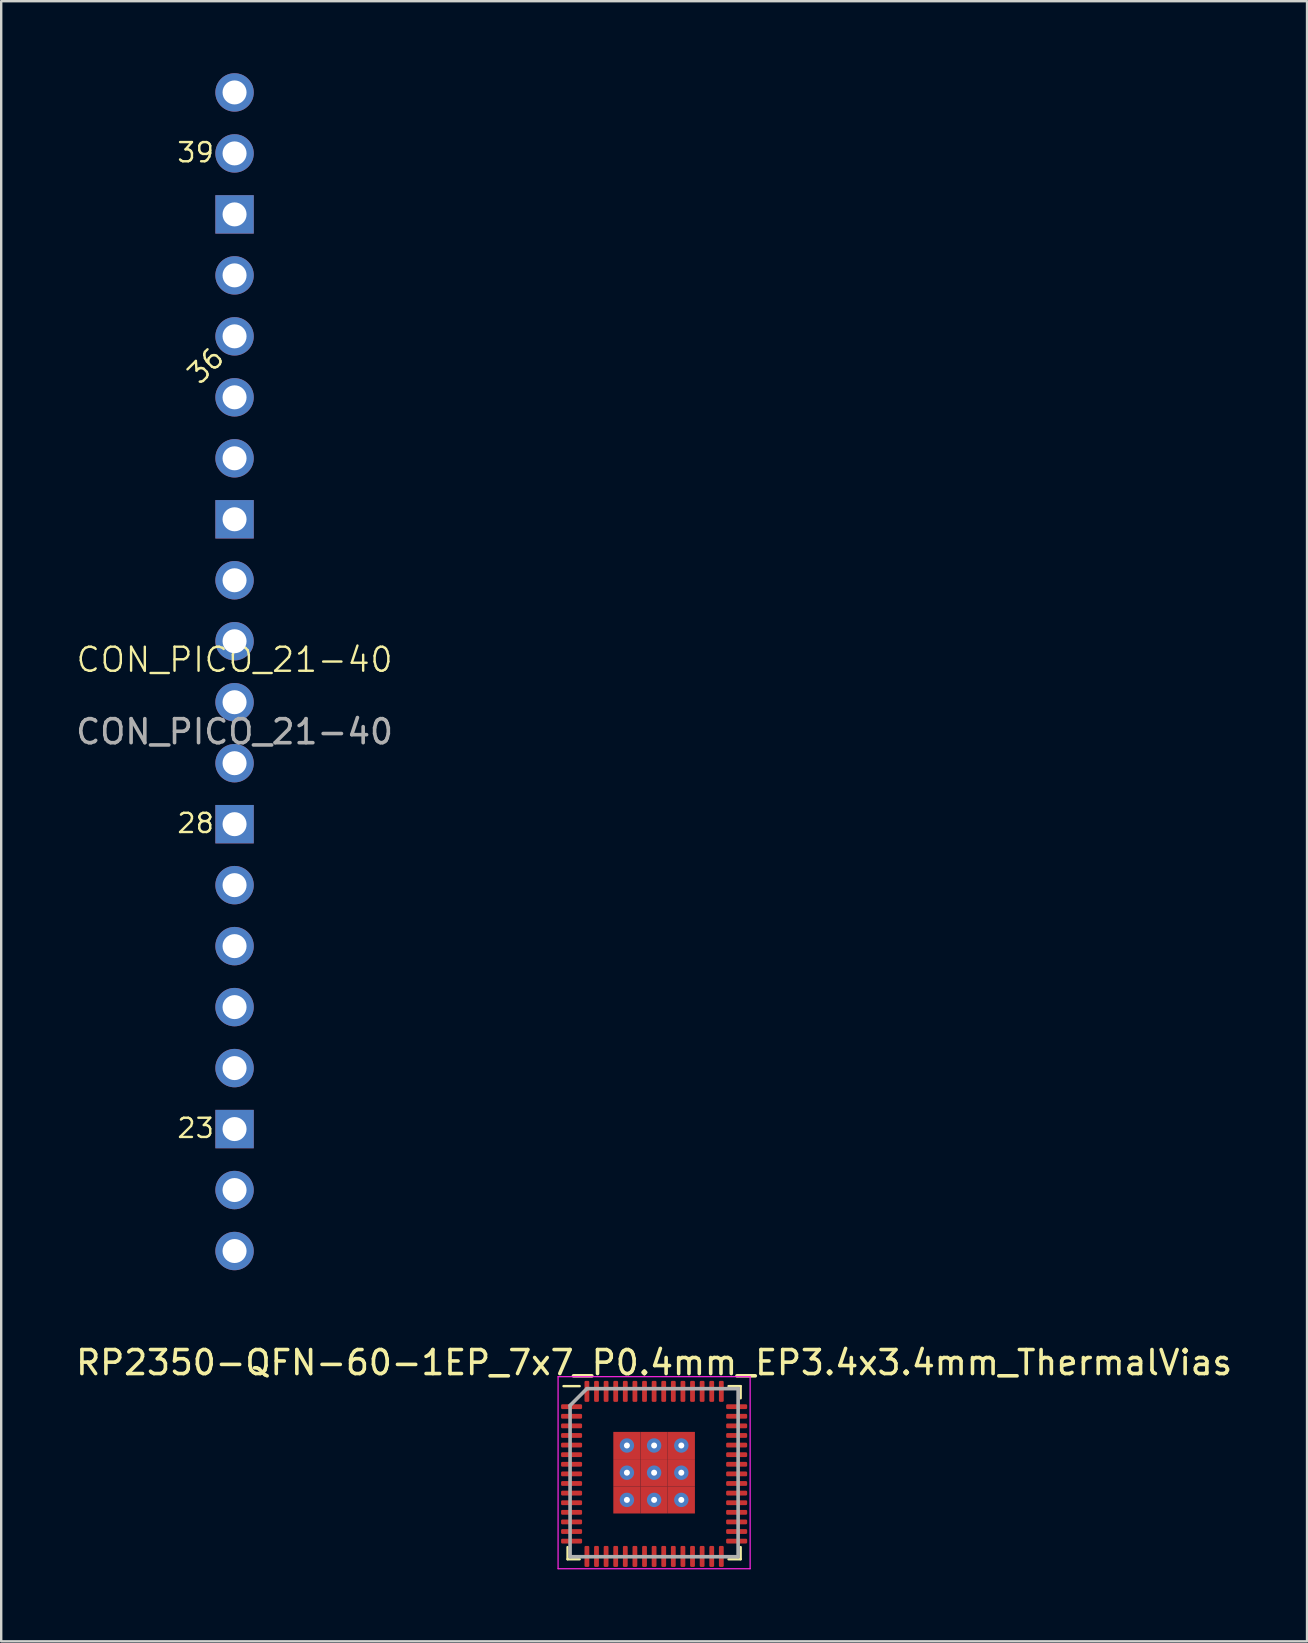
<source format=kicad_pcb>
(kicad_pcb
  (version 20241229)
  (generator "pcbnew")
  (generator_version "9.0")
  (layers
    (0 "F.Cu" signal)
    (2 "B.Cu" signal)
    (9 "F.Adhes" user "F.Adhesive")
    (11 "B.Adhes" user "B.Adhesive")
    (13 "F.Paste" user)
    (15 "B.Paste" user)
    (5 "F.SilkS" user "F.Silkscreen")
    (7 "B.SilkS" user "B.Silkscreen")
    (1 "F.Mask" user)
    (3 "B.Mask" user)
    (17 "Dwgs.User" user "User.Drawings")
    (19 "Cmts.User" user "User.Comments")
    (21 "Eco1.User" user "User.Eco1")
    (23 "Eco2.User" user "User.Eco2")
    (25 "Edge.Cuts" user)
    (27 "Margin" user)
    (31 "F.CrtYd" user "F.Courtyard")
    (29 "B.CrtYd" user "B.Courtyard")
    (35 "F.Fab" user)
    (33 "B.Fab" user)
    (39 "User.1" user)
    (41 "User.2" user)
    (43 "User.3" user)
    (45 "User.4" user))
  (footprint "RP2350-QFN-60-1EP_7x7_P0.4mm_EP3.4x3.4mm_ThermalVias"
    (layer "F.Cu")
    (at 24.196 58.293)
    (property "Reference" "RP2350-QFN-60-1EP_7x7_P0.4mm_EP3.4x3.4mm_ThermalVias" (at 0 -4.585 0) (layer "F.SilkS") (effects (font (size 1 1) (thickness 0.15))))
    (attr smd)
    (fp_line (start -3.605 3.605) (end -3.605 3.1) (stroke (width 0.1) (type default)) (layer "F.SilkS"))
    (fp_line (start -3.1 -3.605) (end -3.773 -3.605) (stroke (width 0.1) (type default)) (layer "F.SilkS"))
    (fp_line (start -3.1 3.605) (end -3.605 3.605) (stroke (width 0.1) (type default)) (layer "F.SilkS"))
    (fp_line (start 3.1 -3.605) (end 3.605 -3.605) (stroke (width 0.1) (type default)) (layer "F.SilkS"))
    (fp_line (start 3.1 3.605) (end 3.605 3.605) (stroke (width 0.1) (type default)) (layer "F.SilkS"))
    (fp_line (start 3.605 -3.605) (end 3.605 -3.1) (stroke (width 0.1) (type default)) (layer "F.SilkS"))
    (fp_line (start 3.605 3.605) (end 3.605 3.1) (stroke (width 0.1) (type default)) (layer "F.SilkS"))
    (fp_line (start -4 -4) (end 4 -4) (stroke (width 0.05) (type default)) (layer "F.CrtYd"))
    (fp_line (start -4 4) (end -4 -4) (stroke (width 0.05) (type default)) (layer "F.CrtYd"))
    (fp_line (start 4 4) (end -4 4) (stroke (width 0.05) (type default)) (layer "F.CrtYd"))
    (fp_line (start 4 4) (end 4 -4) (stroke (width 0.05) (type default)) (layer "F.CrtYd"))
    (fp_line (start -3.5 -2.8) (end -3.5 3.5) (stroke (width 0.15) (type default)) (layer "F.Fab"))
    (fp_line (start -3.5 3.5) (end 3.5 3.5) (stroke (width 0.15) (type default)) (layer "F.Fab"))
    (fp_line (start -2.8 -3.5) (end -3.5 -2.8) (stroke (width 0.15) (type default)) (layer "F.Fab"))
    (fp_line (start 3.5 -3.5) (end -2.8 -3.5) (stroke (width 0.15) (type default)) (layer "F.Fab"))
    (fp_line (start 3.5 3.5) (end 3.5 -3.5) (stroke (width 0.15) (type default)) (layer "F.Fab"))
    (pad "" smd roundrect (at -0.7 -0.7) (size 1.2 1.2) (layers "F.Paste") (roundrect_rratio 0.208))
    (pad "" smd roundrect (at -0.7 0.7) (size 1.2 1.2) (layers "F.Paste") (roundrect_rratio 0.208))
    (pad "" smd roundrect (at 0.7 -0.7) (size 1.2 1.2) (layers "F.Paste") (roundrect_rratio 0.208))
    (pad "" smd roundrect (at 0.7 0.7) (size 1.2 1.2) (layers "F.Paste") (roundrect_rratio 0.208))
    (pad "1" smd roundrect (at -3.438 -2.75 90) (size 0.2 0.875) (layers "F.Cu" "F.Mask" "F.Paste") (roundrect_rratio 0.25))
    (pad "2" smd roundrect (at -3.438 -2.35 270) (size 0.2 0.875) (layers "F.Cu" "F.Mask" "F.Paste") (roundrect_rratio 0.25))
    (pad "3" smd roundrect (at -3.438 -1.95 270) (size 0.2 0.875) (layers "F.Cu" "F.Mask" "F.Paste") (roundrect_rratio 0.25))
    (pad "4" smd roundrect (at -3.438 -1.55 270) (size 0.2 0.875) (layers "F.Cu" "F.Mask" "F.Paste") (roundrect_rratio 0.25))
    (pad "5" smd roundrect (at -3.438 -1.15 270) (size 0.2 0.875) (layers "F.Cu" "F.Mask" "F.Paste") (roundrect_rratio 0.25))
    (pad "6" smd roundrect (at -3.438 -0.75 270) (size 0.2 0.875) (layers "F.Cu" "F.Mask" "F.Paste") (roundrect_rratio 0.25))
    (pad "7" smd roundrect (at -3.438 -0.35 270) (size 0.2 0.875) (layers "F.Cu" "F.Mask" "F.Paste") (roundrect_rratio 0.25))
    (pad "8" smd roundrect (at -3.438 0.05 270) (size 0.2 0.875) (layers "F.Cu" "F.Mask" "F.Paste") (roundrect_rratio 0.25))
    (pad "9" smd roundrect (at -3.438 0.45 270) (size 0.2 0.875) (layers "F.Cu" "F.Mask" "F.Paste") (roundrect_rratio 0.25))
    (pad "10" smd roundrect (at -3.438 0.85 270) (size 0.2 0.875) (layers "F.Cu" "F.Mask" "F.Paste") (roundrect_rratio 0.25))
    (pad "11" smd roundrect (at -3.438 1.25 270) (size 0.2 0.875) (layers "F.Cu" "F.Mask" "F.Paste") (roundrect_rratio 0.25))
    (pad "12" smd roundrect (at -3.438 1.65 270) (size 0.2 0.875) (layers "F.Cu" "F.Mask" "F.Paste") (roundrect_rratio 0.25))
    (pad "13" smd roundrect (at -3.438 2.05 270) (size 0.2 0.875) (layers "F.Cu" "F.Mask" "F.Paste") (roundrect_rratio 0.25))
    (pad "14" smd roundrect (at -3.438 2.45 270) (size 0.2 0.875) (layers "F.Cu" "F.Mask" "F.Paste") (roundrect_rratio 0.25))
    (pad "15" smd roundrect (at -3.438 2.85 270) (size 0.2 0.875) (layers "F.Cu" "F.Mask" "F.Paste") (roundrect_rratio 0.25))
    (pad "16" smd roundrect (at -2.8 3.487) (size 0.2 0.875) (layers "F.Cu" "F.Mask" "F.Paste") (roundrect_rratio 0.25))
    (pad "17" smd roundrect (at -2.4 3.487) (size 0.2 0.875) (layers "F.Cu" "F.Mask" "F.Paste") (roundrect_rratio 0.25))
    (pad "18" smd roundrect (at -2 3.487) (size 0.2 0.875) (layers "F.Cu" "F.Mask" "F.Paste") (roundrect_rratio 0.25))
    (pad "19" smd roundrect (at -1.6 3.487) (size 0.2 0.875) (layers "F.Cu" "F.Mask" "F.Paste") (roundrect_rratio 0.25))
    (pad "20" smd roundrect (at -1.2 3.487) (size 0.2 0.875) (layers "F.Cu" "F.Mask" "F.Paste") (roundrect_rratio 0.25))
    (pad "21" smd roundrect (at -0.8 3.487) (size 0.2 0.875) (layers "F.Cu" "F.Mask" "F.Paste") (roundrect_rratio 0.25))
    (pad "22" smd roundrect (at -0.4 3.487) (size 0.2 0.875) (layers "F.Cu" "F.Mask" "F.Paste") (roundrect_rratio 0.25))
    (pad "23" smd roundrect (at 0 3.487) (size 0.2 0.875) (layers "F.Cu" "F.Mask" "F.Paste") (roundrect_rratio 0.25))
    (pad "24" smd roundrect (at 0.4 3.487) (size 0.2 0.875) (layers "F.Cu" "F.Mask" "F.Paste") (roundrect_rratio 0.25))
    (pad "25" smd roundrect (at 0.8 3.487) (size 0.2 0.875) (layers "F.Cu" "F.Mask" "F.Paste") (roundrect_rratio 0.25))
    (pad "26" smd roundrect (at 1.2 3.487) (size 0.2 0.875) (layers "F.Cu" "F.Mask" "F.Paste") (roundrect_rratio 0.25))
    (pad "27" smd roundrect (at 1.6 3.487) (size 0.2 0.875) (layers "F.Cu" "F.Mask" "F.Paste") (roundrect_rratio 0.25))
    (pad "28" smd roundrect (at 2 3.487) (size 0.2 0.875) (layers "F.Cu" "F.Mask" "F.Paste") (roundrect_rratio 0.25))
    (pad "29" smd roundrect (at 2.4 3.487) (size 0.2 0.875) (layers "F.Cu" "F.Mask" "F.Paste") (roundrect_rratio 0.25))
    (pad "30" smd roundrect (at 2.8 3.487) (size 0.2 0.875) (layers "F.Cu" "F.Mask" "F.Paste") (roundrect_rratio 0.25))
    (pad "31" smd roundrect (at 3.438 2.85 270) (size 0.2 0.875) (layers "F.Cu" "F.Mask" "F.Paste") (roundrect_rratio 0.25))
    (pad "32" smd roundrect (at 3.438 2.45 90) (size 0.2 0.875) (layers "F.Cu" "F.Mask" "F.Paste") (roundrect_rratio 0.25))
    (pad "33" smd roundrect (at 3.438 2.05 90) (size 0.2 0.875) (layers "F.Cu" "F.Mask" "F.Paste") (roundrect_rratio 0.25))
    (pad "34" smd roundrect (at 3.438 1.65 90) (size 0.2 0.875) (layers "F.Cu" "F.Mask" "F.Paste") (roundrect_rratio 0.25))
    (pad "35" smd roundrect (at 3.438 1.25 90) (size 0.2 0.875) (layers "F.Cu" "F.Mask" "F.Paste") (roundrect_rratio 0.25))
    (pad "36" smd roundrect (at 3.438 0.85 90) (size 0.2 0.875) (layers "F.Cu" "F.Mask" "F.Paste") (roundrect_rratio 0.25))
    (pad "37" smd roundrect (at 3.438 0.45 90) (size 0.2 0.875) (layers "F.Cu" "F.Mask" "F.Paste") (roundrect_rratio 0.25))
    (pad "38" smd roundrect (at 3.438 0.05 90) (size 0.2 0.875) (layers "F.Cu" "F.Mask" "F.Paste") (roundrect_rratio 0.25))
    (pad "39" smd roundrect (at 3.438 -0.35 90) (size 0.2 0.875) (layers "F.Cu" "F.Mask" "F.Paste") (roundrect_rratio 0.25))
    (pad "40" smd roundrect (at 3.438 -0.75 90) (size 0.2 0.875) (layers "F.Cu" "F.Mask" "F.Paste") (roundrect_rratio 0.25))
    (pad "41" smd roundrect (at 3.438 -1.15 90) (size 0.2 0.875) (layers "F.Cu" "F.Mask" "F.Paste") (roundrect_rratio 0.25))
    (pad "42" smd roundrect (at 3.438 -1.55 90) (size 0.2 0.875) (layers "F.Cu" "F.Mask" "F.Paste") (roundrect_rratio 0.25))
    (pad "43" smd roundrect (at 3.438 -1.95 90) (size 0.2 0.875) (layers "F.Cu" "F.Mask" "F.Paste") (roundrect_rratio 0.25))
    (pad "44" smd roundrect (at 3.438 -2.35 90) (size 0.2 0.875) (layers "F.Cu" "F.Mask" "F.Paste") (roundrect_rratio 0.25))
    (pad "45" smd roundrect (at 3.438 -2.75 90) (size 0.2 0.875) (layers "F.Cu" "F.Mask" "F.Paste") (roundrect_rratio 0.25))
    (pad "46" smd roundrect (at 2.8 -3.388 180) (size 0.2 0.875) (layers "F.Cu" "F.Mask" "F.Paste") (roundrect_rratio 0.25))
    (pad "47" smd roundrect (at 2.4 -3.388 180) (size 0.2 0.875) (layers "F.Cu" "F.Mask" "F.Paste") (roundrect_rratio 0.25))
    (pad "48" smd roundrect (at 2 -3.388 180) (size 0.2 0.875) (layers "F.Cu" "F.Mask" "F.Paste") (roundrect_rratio 0.25))
    (pad "49" smd roundrect (at 1.6 -3.388 180) (size 0.2 0.875) (layers "F.Cu" "F.Mask" "F.Paste") (roundrect_rratio 0.25))
    (pad "50" smd roundrect (at 1.2 -3.388 180) (size 0.2 0.875) (layers "F.Cu" "F.Mask" "F.Paste") (roundrect_rratio 0.25))
    (pad "51" smd roundrect (at 0.8 -3.388 180) (size 0.2 0.875) (layers "F.Cu" "F.Mask" "F.Paste") (roundrect_rratio 0.25))
    (pad "52" smd roundrect (at 0.4 -3.388 180) (size 0.2 0.875) (layers "F.Cu" "F.Mask" "F.Paste") (roundrect_rratio 0.25))
    (pad "53" smd roundrect (at 0 -3.388 180) (size 0.2 0.875) (layers "F.Cu" "F.Mask" "F.Paste") (roundrect_rratio 0.25))
    (pad "54" smd roundrect (at -0.4 -3.388 180) (size 0.2 0.875) (layers "F.Cu" "F.Mask" "F.Paste") (roundrect_rratio 0.25))
    (pad "55" smd roundrect (at -0.8 -3.388 180) (size 0.2 0.875) (layers "F.Cu" "F.Mask" "F.Paste") (roundrect_rratio 0.25))
    (pad "56" smd roundrect (at -1.2 -3.388 180) (size 0.2 0.875) (layers "F.Cu" "F.Mask" "F.Paste") (roundrect_rratio 0.25))
    (pad "57" smd roundrect (at -1.6 -3.388 180) (size 0.2 0.875) (layers "F.Cu" "F.Mask" "F.Paste") (roundrect_rratio 0.25))
    (pad "58" smd roundrect (at -2 -3.388 180) (size 0.2 0.875) (layers "F.Cu" "F.Mask" "F.Paste") (roundrect_rratio 0.25))
    (pad "59" smd roundrect (at -2.4 -3.388 180) (size 0.2 0.875) (layers "F.Cu" "F.Mask" "F.Paste") (roundrect_rratio 0.25))
    (pad "60" smd roundrect (at -2.8 -3.388) (size 0.2 0.875) (layers "F.Cu" "F.Mask" "F.Paste") (roundrect_rratio 0.25))
    (pad "61" thru_hole circle (at -1.133 -1.133) (size 0.6 0.6) (drill 0.25) (layers "*.Cu" "*.Mask"))
    (pad "61" smd rect (at -1.133 -1.133) (size 1.133 1.133) (layers "F.Cu" "F.Mask" "F.Paste"))
    (pad "61" thru_hole circle (at -1.133 0) (size 0.6 0.6) (drill 0.25) (layers "*.Cu" "*.Mask"))
    (pad "61" smd rect (at -1.133 0) (size 1.133 1.133) (layers "F.Cu" "F.Mask" "F.Paste"))
    (pad "61" thru_hole circle (at -1.133 1.133) (size 0.6 0.6) (drill 0.25) (layers "*.Cu" "*.Mask"))
    (pad "61" smd rect (at -1.133 1.133) (size 1.133 1.133) (layers "F.Cu" "F.Mask" "F.Paste"))
    (pad "61" thru_hole circle (at 0 -1.133) (size 0.6 0.6) (drill 0.25) (layers "*.Cu" "*.Mask"))
    (pad "61" smd rect (at 0 -1.133) (size 1.133 1.133) (layers "F.Cu" "F.Mask" "F.Paste"))
    (pad "61" thru_hole circle (at 0 0) (size 0.6 0.6) (drill 0.25) (layers "*.Cu" "*.Mask"))
    (pad "61" smd rect (at 0 0) (size 1.133 1.133) (layers "F.Cu" "F.Mask" "F.Paste"))
    (pad "61" thru_hole circle (at 0 1.133) (size 0.6 0.6) (drill 0.25) (layers "*.Cu" "*.Mask"))
    (pad "61" smd rect (at 0 1.133) (size 1.133 1.133) (layers "F.Cu" "F.Mask" "F.Paste"))
    (pad "61" thru_hole circle (at 1.133 -1.133) (size 0.6 0.6) (drill 0.25) (layers "*.Cu" "*.Mask"))
    (pad "61" smd rect (at 1.133 -1.133) (size 1.133 1.133) (layers "F.Cu" "F.Mask" "F.Paste"))
    (pad "61" thru_hole circle (at 1.133 0) (size 0.6 0.6) (drill 0.25) (layers "*.Cu" "*.Mask"))
    (pad "61" smd rect (at 1.133 0) (size 1.133 1.133) (layers "F.Cu" "F.Mask" "F.Paste"))
    (pad "61" thru_hole circle (at 1.133 1.133) (size 0.6 0.6) (drill 0.25) (layers "*.Cu" "*.Mask"))
    (pad "61" smd rect (at 1.133 1.133) (size 1.133 1.133) (layers "F.Cu" "F.Mask" "F.Paste")))
  (footprint "CON_PICO_21-40"
    (layer "F.Cu")
    (at 6.72 24.93)
    (property "Reference" "CON_PICO_21-40" (at 0 -0.5 0) (unlocked yes) (layer "F.SilkS") (effects (font (size 1 1) (thickness 0.1))))
    (attr through_hole)
    (fp_text user "39" (at -2.45 -21.16 0) (unlocked yes) (layer "F.SilkS") (effects (font (size 0.8 0.8) (thickness 0.1)) (justify left bottom)))
    (fp_text user "23" (at -2.45 19.48 0) (unlocked yes) (layer "F.SilkS") (effects (font (size 0.8 0.8) (thickness 0.1)) (justify left bottom)))
    (fp_text user "28" (at -2.45 6.78 0) (unlocked yes) (layer "F.SilkS") (effects (font (size 0.8 0.8) (thickness 0.1)) (justify left bottom)))
    (fp_text user "36" (at -1.45 -11.83 45) (unlocked yes) (layer "F.SilkS") (effects (font (size 0.8 0.8) (thickness 0.1)) (justify left bottom)))
    (fp_text user "${REFERENCE}" (at 0 2.5 0) (unlocked yes) (layer "F.Fab") (effects (font (size 1 1) (thickness 0.15))))
    (pad "21" thru_hole circle (at 0 24.13) (size 1.6 1.6) (drill 1) (layers "*.Cu" "*.Mask"))
    (pad "22" thru_hole circle (at 0 21.59) (size 1.6 1.6) (drill 1) (layers "*.Cu" "*.Mask"))
    (pad "23" thru_hole rect (at 0 19.05) (size 1.6 1.6) (drill 1) (layers "*.Cu" "*.Mask"))
    (pad "24" thru_hole circle (at 0 16.51) (size 1.6 1.6) (drill 1) (layers "*.Cu" "*.Mask"))
    (pad "25" thru_hole circle (at 0 13.97) (size 1.6 1.6) (drill 1) (layers "*.Cu" "*.Mask"))
    (pad "26" thru_hole circle (at 0 11.43) (size 1.6 1.6) (drill 1) (layers "*.Cu" "*.Mask"))
    (pad "27" thru_hole circle (at 0 8.89) (size 1.6 1.6) (drill 1) (layers "*.Cu" "*.Mask"))
    (pad "28" thru_hole rect (at 0 6.35) (size 1.6 1.6) (drill 1) (layers "*.Cu" "*.Mask"))
    (pad "29" thru_hole circle (at 0 3.81) (size 1.6 1.6) (drill 1) (layers "*.Cu" "*.Mask"))
    (pad "30" thru_hole circle (at 0 1.27) (size 1.6 1.6) (drill 1) (layers "*.Cu" "*.Mask"))
    (pad "31" thru_hole circle (at 0 -1.27) (size 1.6 1.6) (drill 1) (layers "*.Cu" "*.Mask"))
    (pad "32" thru_hole circle (at 0 -3.81) (size 1.6 1.6) (drill 1) (layers "*.Cu" "*.Mask"))
    (pad "33" thru_hole rect (at 0 -6.35) (size 1.6 1.6) (drill 1) (layers "*.Cu" "*.Mask"))
    (pad "34" thru_hole circle (at 0 -8.89) (size 1.6 1.6) (drill 1) (layers "*.Cu" "*.Mask"))
    (pad "35" thru_hole circle (at 0 -11.43) (size 1.6 1.6) (drill 1) (layers "*.Cu" "*.Mask"))
    (pad "36" thru_hole circle (at 0 -13.97) (size 1.6 1.6) (drill 1) (layers "*.Cu" "*.Mask"))
    (pad "37" thru_hole circle (at 0 -16.51) (size 1.6 1.6) (drill 1) (layers "*.Cu" "*.Mask"))
    (pad "38" thru_hole rect (at 0 -19.05) (size 1.6 1.6) (drill 1) (layers "*.Cu" "*.Mask"))
    (pad "39" thru_hole circle (at 0 -21.59) (size 1.6 1.6) (drill 1) (layers "*.Cu" "*.Mask"))
    (pad "40" thru_hole circle (at 0 -24.13) (size 1.6 1.6) (drill 1) (layers "*.Cu" "*.Mask")))
  (gr_rect
    (start -3 -3)
    (end 51.393 65.318)
    (stroke (width 0.1) (type default))
    (fill no)
    (layer "Edge.Cuts")))
</source>
